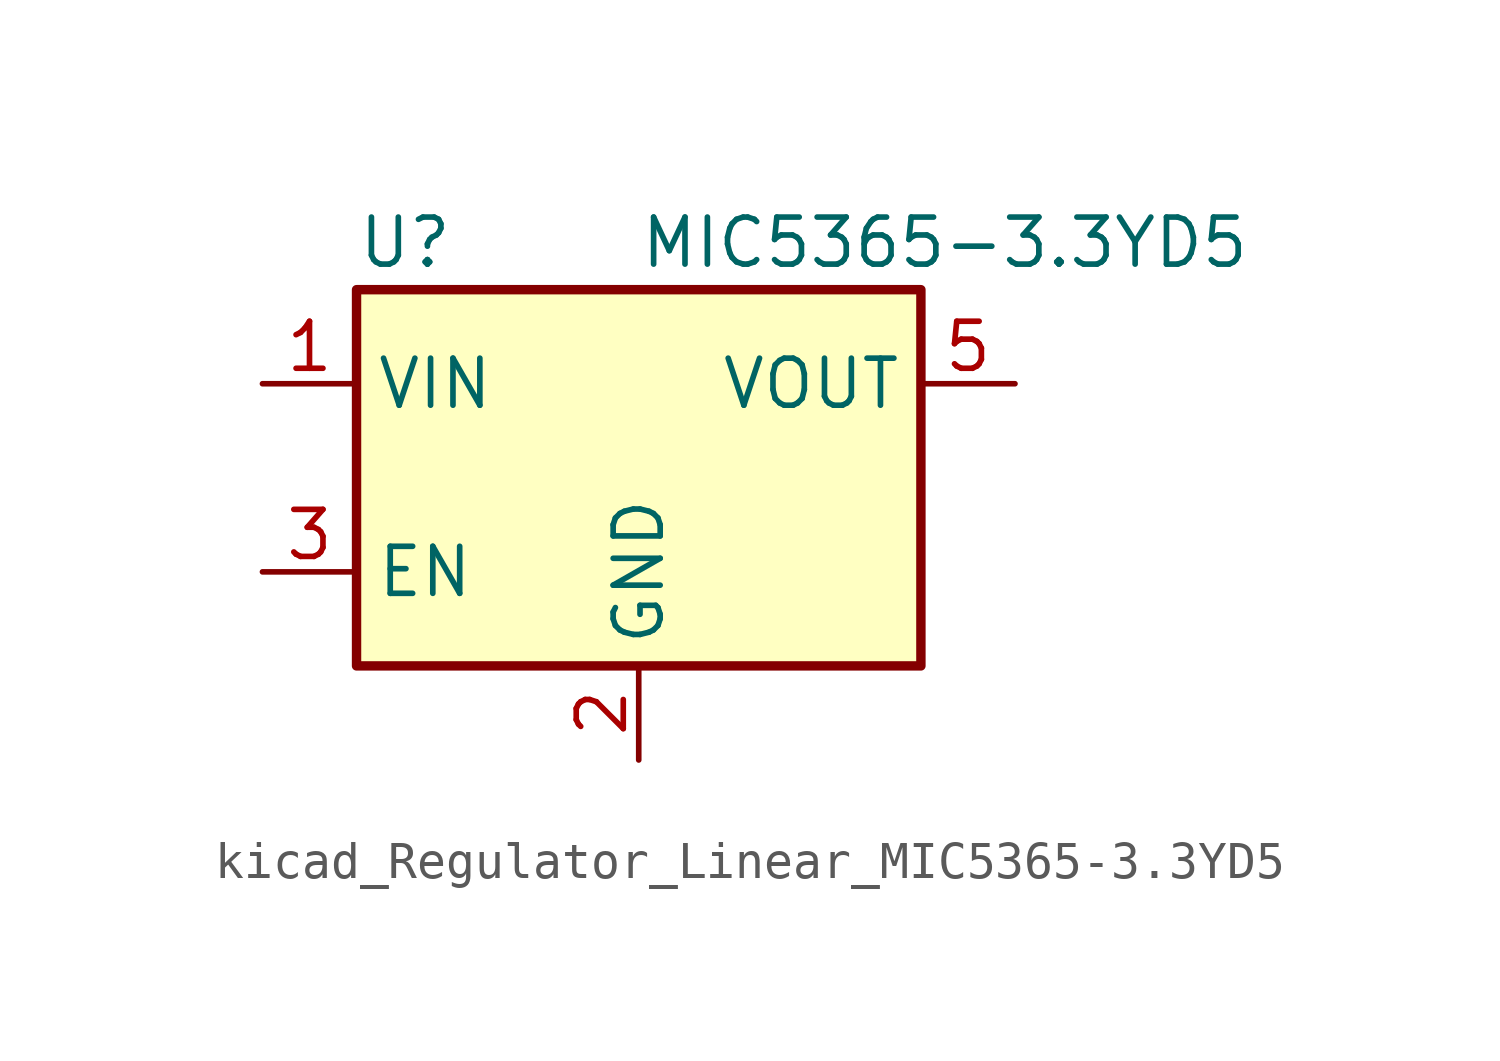
<source format=kicad_sym>
(kicad_symbol_lib
  (version 20220914)
  (generator kicad_symbol_editor)
  (symbol "kicad_Regulator_Linear_MIC5365-3.3YD5"
    (property "Reference" "U"
      (at -7.62 6.35 0)
      (effects (font (size 1.27 1.27)) (justify left)))
    (property "Value" "MIC5365-3.3YD5"
      (at 0 6.35 0)
      (effects (font (size 1.27 1.27)) (justify left)))
    (symbol "kicad_Regulator_Linear_MIC5365-3.3YD5_0_1"
      (rectangle (start -7.62 -5.08) (end 7.62 5.08) (stroke (width 0.254) (type default)) (fill (type background))))
    (symbol "kicad_Regulator_Linear_MIC5365-3.3YD5_1_1"
      (pin power_in line (at -10.16 2.54 0) (length 2.54) (name "VIN" (effects (font (size 1.27 1.27)))) (number "1" (effects (font (size 1.27 1.27)))))
      (pin power_in line (at 0 -7.62 90) (length 2.54) (name "GND" (effects (font (size 1.27 1.27)))) (number "2" (effects (font (size 1.27 1.27)))))
      (pin input line (at -10.16 -2.54 0) (length 2.54) (name "EN" (effects (font (size 1.27 1.27)))) (number "3" (effects (font (size 1.27 1.27)))))
      (pin no_connect line (at 7.62 -2.54 180) (length 2.54) hide (name "NC" (effects (font (size 1.27 1.27)))) (number "4" (effects (font (size 1.27 1.27)))))
      (pin power_out line (at 10.16 2.54 180) (length 2.54) (name "VOUT" (effects (font (size 1.27 1.27)))) (number "5" (effects (font (size 1.27 1.27))))))))
</source>
